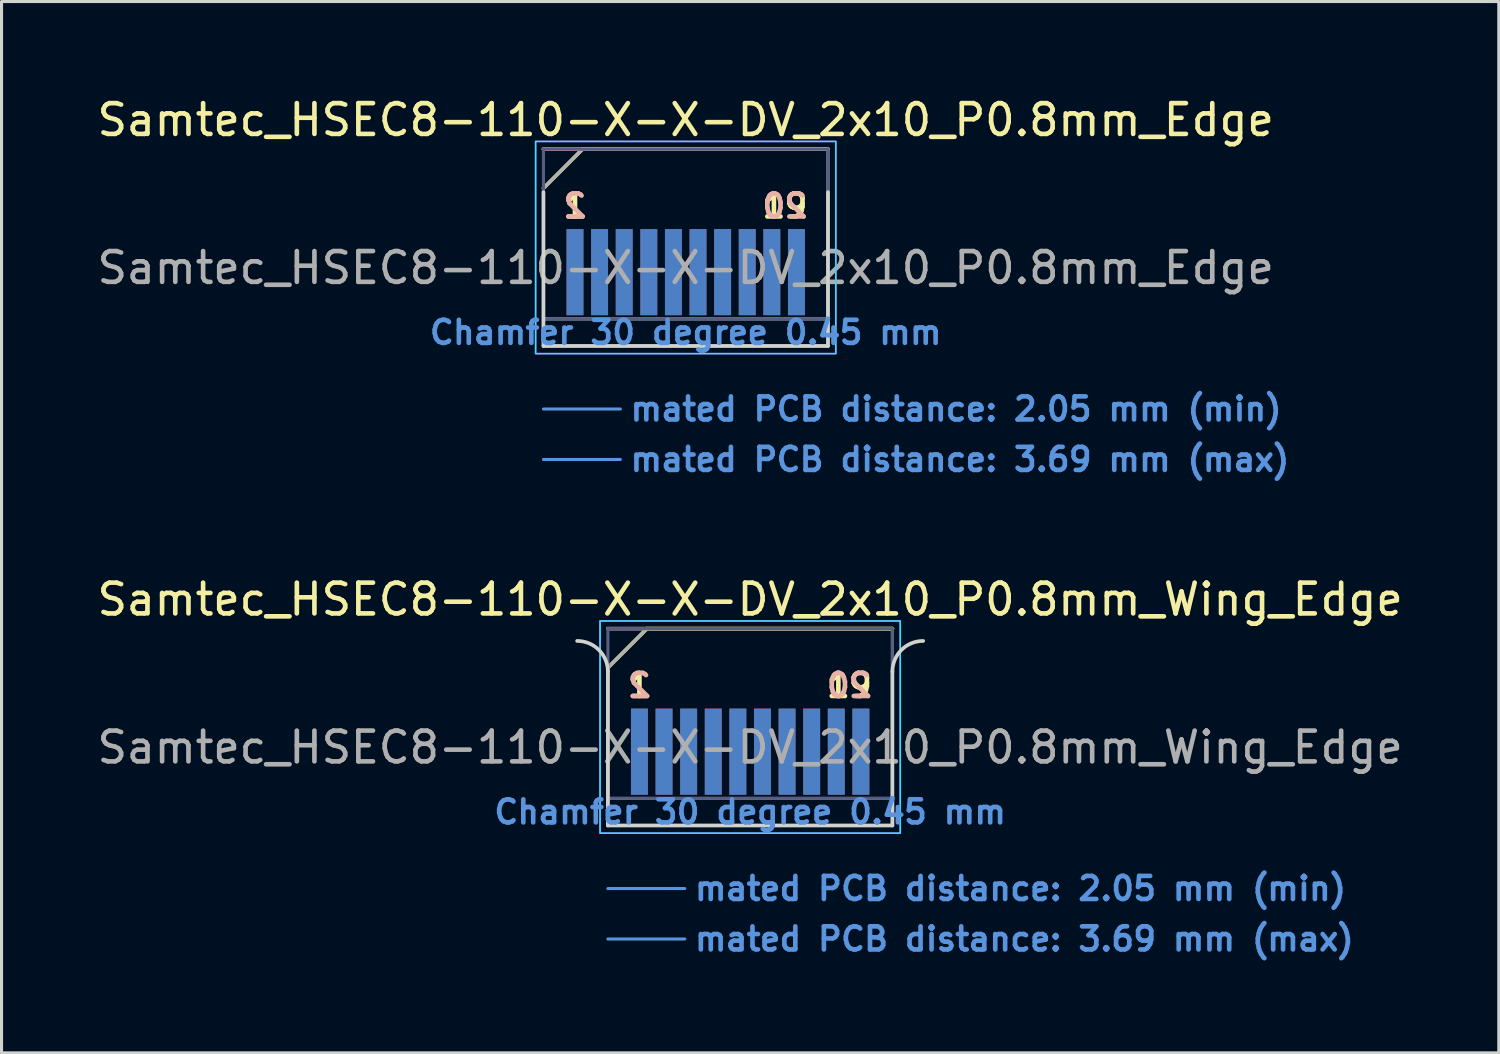
<source format=kicad_pcb>
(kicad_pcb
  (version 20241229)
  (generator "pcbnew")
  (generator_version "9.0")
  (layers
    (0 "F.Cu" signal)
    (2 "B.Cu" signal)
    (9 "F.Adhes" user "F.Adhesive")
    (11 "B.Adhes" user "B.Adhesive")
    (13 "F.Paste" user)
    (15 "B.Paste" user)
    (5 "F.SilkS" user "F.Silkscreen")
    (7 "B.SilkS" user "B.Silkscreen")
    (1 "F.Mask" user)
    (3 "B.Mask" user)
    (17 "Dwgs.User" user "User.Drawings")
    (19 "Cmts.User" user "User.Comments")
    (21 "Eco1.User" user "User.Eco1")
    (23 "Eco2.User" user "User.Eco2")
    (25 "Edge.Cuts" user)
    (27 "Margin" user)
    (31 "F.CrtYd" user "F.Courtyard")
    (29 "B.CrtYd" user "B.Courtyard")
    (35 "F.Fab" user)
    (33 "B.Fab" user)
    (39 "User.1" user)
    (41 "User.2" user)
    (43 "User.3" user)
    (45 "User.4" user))
  (footprint "Samtec_HSEC8-110-X-X-DV_2x10_P0.8mm_Edge"
    (layer "F.Cu")
    (at 19.244 8.198)
    (property "Reference" "Samtec_HSEC8-110-X-X-DV_2x10_P0.8mm_Edge" (at 0 -7.35 0) (layer "F.SilkS") (effects (font (size 1 1) (thickness 0.15))))
    (attr exclude_from_pos_files exclude_from_bom)
    (fp_line (start -4.625 -5.13) (end -3.355 -6.4) (stroke (width 0.12) (type solid)) (layer "F.SilkS"))
    (fp_line (start -3.355 -6.4) (end 4.625 -6.4) (stroke (width 0.12) (type solid)) (layer "F.SilkS"))
    (fp_line (start -4.625 -6.4) (end -4.625 -6.4) (stroke (width 0.12) (type solid)) (layer "B.SilkS"))
    (fp_line (start -4.625 -6.4) (end 4.625 -6.4) (stroke (width 0.12) (type solid)) (layer "B.SilkS"))
    (fp_line (start -4.625 2.05) (end -2.125 2.05) (stroke (width 0.1) (type solid)) (layer "Cmts.User"))
    (fp_line (start -4.625 3.69) (end -2.125 3.69) (stroke (width 0.1) (type solid)) (layer "Cmts.User"))
    (fp_line (start -4.625 -5) (end -4.625 0) (stroke (width 0.12) (type solid)) (layer "Edge.Cuts"))
    (fp_line (start -4.625 0) (end 4.625 0) (stroke (width 0.12) (type solid)) (layer "Edge.Cuts"))
    (fp_line (start 4.625 0) (end 4.625 -5) (stroke (width 0.12) (type solid)) (layer "Edge.Cuts"))
    (fp_rect (start -4.88 -6.65) (end 4.88 0.25) (stroke (width 0.05) (type solid)) (fill no) (layer "B.CrtYd"))
    (fp_rect (start -4.88 -6.65) (end 4.88 0.25) (stroke (width 0.05) (type solid)) (fill no) (layer "F.CrtYd"))
    (fp_line (start -4.625 -6.4) (end -4.625 -6.4) (stroke (width 0.1) (type solid)) (layer "B.Fab"))
    (fp_line (start -4.625 -6.4) (end -4.625 0) (stroke (width 0.1) (type solid)) (layer "B.Fab"))
    (fp_line (start -4.625 -6.4) (end 4.625 -6.4) (stroke (width 0.1) (type solid)) (layer "B.Fab"))
    (fp_line (start -4.625 -0.88) (end 4.625 -0.88) (stroke (width 0.1) (type solid)) (layer "B.Fab"))
    (fp_line (start -4.625 0) (end 4.625 0) (stroke (width 0.1) (type solid)) (layer "B.Fab"))
    (fp_line (start 4.625 -6.4) (end 4.625 0) (stroke (width 0.1) (type solid)) (layer "B.Fab"))
    (fp_line (start -4.625 -5.13) (end -4.625 0) (stroke (width 0.1) (type solid)) (layer "F.Fab"))
    (fp_line (start -4.625 -5.13) (end -3.355 -6.4) (stroke (width 0.1) (type solid)) (layer "F.Fab"))
    (fp_line (start -4.625 -0.88) (end 4.625 -0.88) (stroke (width 0.1) (type solid)) (layer "F.Fab"))
    (fp_line (start -4.625 0) (end 4.625 0) (stroke (width 0.1) (type solid)) (layer "F.Fab"))
    (fp_line (start -3.355 -6.4) (end 4.625 -6.4) (stroke (width 0.1) (type solid)) (layer "F.Fab"))
    (fp_line (start 4.625 -6.4) (end 4.625 0) (stroke (width 0.1) (type solid)) (layer "F.Fab"))
    (fp_text user "1" (at -3.6 -4.55 0) (layer "F.SilkS") (effects (font (size 0.75 0.75) (thickness 0.15))))
    (fp_text user "19" (at 3.225 -4.55 0) (layer "F.SilkS") (effects (font (size 0.75 0.75) (thickness 0.15))))
    (fp_text user "20" (at 3.225 -4.55 0) (layer "B.SilkS") (effects (font (size 0.75 0.75) (thickness 0.15)) (justify mirror)))
    (fp_text user "2" (at -3.6 -4.55 0) (layer "B.SilkS") (effects (font (size 0.75 0.75) (thickness 0.15)) (justify mirror)))
    (fp_text user "mated PCB distance: 3.69 mm (max)" (at -1.88 3.69 0) (layer "Cmts.User") (effects (font (size 0.75 0.75) (thickness 0.15)) (justify left)))
    (fp_text user "Chamfer 30 degree 0.45 mm" (at 0 -0.44 0) (layer "Cmts.User") (effects (font (size 0.75 0.75) (thickness 0.15))))
    (fp_text user "mated PCB distance: 2.05 mm (min)" (at -1.88 2.05 0) (layer "Cmts.User") (effects (font (size 0.75 0.75) (thickness 0.15)) (justify left)))
    (fp_text user "${REFERENCE}" (at 0 -2.54 0) (layer "F.Fab") (effects (font (size 1 1) (thickness 0.15))))
    (pad "1" connect rect (at -3.6 -2.4) (size 0.55 2.8) (layers "F.Cu" "F.Mask"))
    (pad "2" connect rect (at -3.6 -2.4) (size 0.55 2.8) (layers "B.Cu" "B.Mask"))
    (pad "3" connect rect (at -2.8 -2.4) (size 0.55 2.8) (layers "F.Cu" "F.Mask"))
    (pad "4" connect rect (at -2.8 -2.4) (size 0.55 2.8) (layers "B.Cu" "B.Mask"))
    (pad "5" connect rect (at -2 -2.4) (size 0.55 2.8) (layers "F.Cu" "F.Mask"))
    (pad "6" connect rect (at -2 -2.4) (size 0.55 2.8) (layers "B.Cu" "B.Mask"))
    (pad "7" connect rect (at -1.2 -2.4) (size 0.55 2.8) (layers "F.Cu" "F.Mask"))
    (pad "8" connect rect (at -1.2 -2.4) (size 0.55 2.8) (layers "B.Cu" "B.Mask"))
    (pad "9" connect rect (at -0.4 -2.4) (size 0.55 2.8) (layers "F.Cu" "F.Mask"))
    (pad "10" connect rect (at -0.4 -2.4) (size 0.55 2.8) (layers "B.Cu" "B.Mask"))
    (pad "11" connect rect (at 0.4 -2.4) (size 0.55 2.8) (layers "F.Cu" "F.Mask"))
    (pad "12" connect rect (at 0.4 -2.4) (size 0.55 2.8) (layers "B.Cu" "B.Mask"))
    (pad "13" connect rect (at 1.2 -2.4) (size 0.55 2.8) (layers "F.Cu" "F.Mask"))
    (pad "14" connect rect (at 1.2 -2.4) (size 0.55 2.8) (layers "B.Cu" "B.Mask"))
    (pad "15" connect rect (at 2 -2.4) (size 0.55 2.8) (layers "F.Cu" "F.Mask"))
    (pad "16" connect rect (at 2 -2.4) (size 0.55 2.8) (layers "B.Cu" "B.Mask"))
    (pad "17" connect rect (at 2.8 -2.4) (size 0.55 2.8) (layers "F.Cu" "F.Mask"))
    (pad "18" connect rect (at 2.8 -2.4) (size 0.55 2.8) (layers "B.Cu" "B.Mask"))
    (pad "19" connect rect (at 3.6 -2.4) (size 0.55 2.8) (layers "F.Cu" "F.Mask"))
    (pad "20" connect rect (at 3.6 -2.4) (size 0.55 2.8) (layers "B.Cu" "B.Mask")))
  (footprint "Samtec_HSEC8-110-X-X-DV_2x10_P0.8mm_Wing_Edge"
    (layer "F.Cu")
    (at 21.339 23.788)
    (property "Reference" "Samtec_HSEC8-110-X-X-DV_2x10_P0.8mm_Wing_Edge" (at 0 -7.35 0) (layer "F.SilkS") (effects (font (size 1 1) (thickness 0.15))))
    (attr exclude_from_pos_files exclude_from_bom)
    (fp_line (start -4.625 -5.13) (end -3.355 -6.4) (stroke (width 0.12) (type solid)) (layer "F.SilkS"))
    (fp_line (start -3.355 -6.4) (end 4.625 -6.4) (stroke (width 0.12) (type solid)) (layer "F.SilkS"))
    (fp_line (start -4.625 -6.4) (end -4.625 -6.4) (stroke (width 0.12) (type solid)) (layer "B.SilkS"))
    (fp_line (start -4.625 -6.4) (end 4.625 -6.4) (stroke (width 0.12) (type solid)) (layer "B.SilkS"))
    (fp_line (start -4.625 2.05) (end -2.125 2.05) (stroke (width 0.1) (type solid)) (layer "Cmts.User"))
    (fp_line (start -4.625 3.69) (end -2.125 3.69) (stroke (width 0.1) (type solid)) (layer "Cmts.User"))
    (fp_line (start -4.625 -5) (end -4.625 0) (stroke (width 0.12) (type solid)) (layer "Edge.Cuts"))
    (fp_line (start -4.625 0) (end 4.625 0) (stroke (width 0.12) (type solid)) (layer "Edge.Cuts"))
    (fp_line (start 4.625 0) (end 4.625 -5) (stroke (width 0.12) (type solid)) (layer "Edge.Cuts"))
    (fp_arc (start -5.625 -6) (mid -4.917893 -5.707107) (end -4.625 -5) (stroke (width 0.12) (type solid)) (layer "Edge.Cuts"))
    (fp_arc (start 4.625 -5) (mid 4.917893 -5.707107) (end 5.625 -6) (stroke (width 0.12) (type solid)) (layer "Edge.Cuts"))
    (fp_rect (start -4.88 -6.65) (end 4.88 0.25) (stroke (width 0.05) (type solid)) (fill no) (layer "B.CrtYd"))
    (fp_rect (start -4.88 -6.65) (end 4.88 0.25) (stroke (width 0.05) (type solid)) (fill no) (layer "F.CrtYd"))
    (fp_line (start -4.625 -6.4) (end -4.625 -6.4) (stroke (width 0.1) (type solid)) (layer "B.Fab"))
    (fp_line (start -4.625 -6.4) (end -4.625 0) (stroke (width 0.1) (type solid)) (layer "B.Fab"))
    (fp_line (start -4.625 -6.4) (end 4.625 -6.4) (stroke (width 0.1) (type solid)) (layer "B.Fab"))
    (fp_line (start -4.625 -0.88) (end 4.625 -0.88) (stroke (width 0.1) (type solid)) (layer "B.Fab"))
    (fp_line (start -4.625 0) (end 4.625 0) (stroke (width 0.1) (type solid)) (layer "B.Fab"))
    (fp_line (start 4.625 -6.4) (end 4.625 0) (stroke (width 0.1) (type solid)) (layer "B.Fab"))
    (fp_line (start -4.625 -5.13) (end -4.625 0) (stroke (width 0.1) (type solid)) (layer "F.Fab"))
    (fp_line (start -4.625 -5.13) (end -3.355 -6.4) (stroke (width 0.1) (type solid)) (layer "F.Fab"))
    (fp_line (start -4.625 -0.88) (end 4.625 -0.88) (stroke (width 0.1) (type solid)) (layer "F.Fab"))
    (fp_line (start -4.625 0) (end 4.625 0) (stroke (width 0.1) (type solid)) (layer "F.Fab"))
    (fp_line (start -3.355 -6.4) (end 4.625 -6.4) (stroke (width 0.1) (type solid)) (layer "F.Fab"))
    (fp_line (start 4.625 -6.4) (end 4.625 0) (stroke (width 0.1) (type solid)) (layer "F.Fab"))
    (fp_text user "19" (at 3.225 -4.55 0) (layer "F.SilkS") (effects (font (size 0.75 0.75) (thickness 0.15))))
    (fp_text user "1" (at -3.6 -4.55 0) (layer "F.SilkS") (effects (font (size 0.75 0.75) (thickness 0.15))))
    (fp_text user "2" (at -3.6 -4.55 0) (layer "B.SilkS") (effects (font (size 0.75 0.75) (thickness 0.15)) (justify mirror)))
    (fp_text user "20" (at 3.225 -4.55 0) (layer "B.SilkS") (effects (font (size 0.75 0.75) (thickness 0.15)) (justify mirror)))
    (fp_text user "mated PCB distance: 3.69 mm (max)" (at -1.88 3.69 0) (layer "Cmts.User") (effects (font (size 0.75 0.75) (thickness 0.15)) (justify left)))
    (fp_text user "Chamfer 30 degree 0.45 mm" (at 0 -0.44 0) (layer "Cmts.User") (effects (font (size 0.75 0.75) (thickness 0.15))))
    (fp_text user "mated PCB distance: 2.05 mm (min)" (at -1.88 2.05 0) (layer "Cmts.User") (effects (font (size 0.75 0.75) (thickness 0.15)) (justify left)))
    (fp_text user "${REFERENCE}" (at 0 -2.54 0) (layer "F.Fab") (effects (font (size 1 1) (thickness 0.15))))
    (pad "1" connect rect (at -3.6 -2.4) (size 0.55 2.8) (layers "F.Cu" "F.Mask"))
    (pad "2" connect rect (at -3.6 -2.4) (size 0.55 2.8) (layers "B.Cu" "B.Mask"))
    (pad "3" connect rect (at -2.8 -2.4) (size 0.55 2.8) (layers "F.Cu" "F.Mask"))
    (pad "4" connect rect (at -2.8 -2.4) (size 0.55 2.8) (layers "B.Cu" "B.Mask"))
    (pad "5" connect rect (at -2 -2.4) (size 0.55 2.8) (layers "F.Cu" "F.Mask"))
    (pad "6" connect rect (at -2 -2.4) (size 0.55 2.8) (layers "B.Cu" "B.Mask"))
    (pad "7" connect rect (at -1.2 -2.4) (size 0.55 2.8) (layers "F.Cu" "F.Mask"))
    (pad "8" connect rect (at -1.2 -2.4) (size 0.55 2.8) (layers "B.Cu" "B.Mask"))
    (pad "9" connect rect (at -0.4 -2.4) (size 0.55 2.8) (layers "F.Cu" "F.Mask"))
    (pad "10" connect rect (at -0.4 -2.4) (size 0.55 2.8) (layers "B.Cu" "B.Mask"))
    (pad "11" connect rect (at 0.4 -2.4) (size 0.55 2.8) (layers "F.Cu" "F.Mask"))
    (pad "12" connect rect (at 0.4 -2.4) (size 0.55 2.8) (layers "B.Cu" "B.Mask"))
    (pad "13" connect rect (at 1.2 -2.4) (size 0.55 2.8) (layers "F.Cu" "F.Mask"))
    (pad "14" connect rect (at 1.2 -2.4) (size 0.55 2.8) (layers "B.Cu" "B.Mask"))
    (pad "15" connect rect (at 2 -2.4) (size 0.55 2.8) (layers "F.Cu" "F.Mask"))
    (pad "16" connect rect (at 2 -2.4) (size 0.55 2.8) (layers "B.Cu" "B.Mask"))
    (pad "17" connect rect (at 2.8 -2.4) (size 0.55 2.8) (layers "F.Cu" "F.Mask"))
    (pad "18" connect rect (at 2.8 -2.4) (size 0.55 2.8) (layers "B.Cu" "B.Mask"))
    (pad "19" connect rect (at 3.6 -2.4) (size 0.55 2.8) (layers "F.Cu" "F.Mask"))
    (pad "20" connect rect (at 3.6 -2.4) (size 0.55 2.8) (layers "B.Cu" "B.Mask")))
  (gr_rect
    (start -3 -3)
    (end 45.679 31.18)
    (stroke (width 0.1) (type default))
    (fill no)
    (layer "Edge.Cuts")))
</source>
